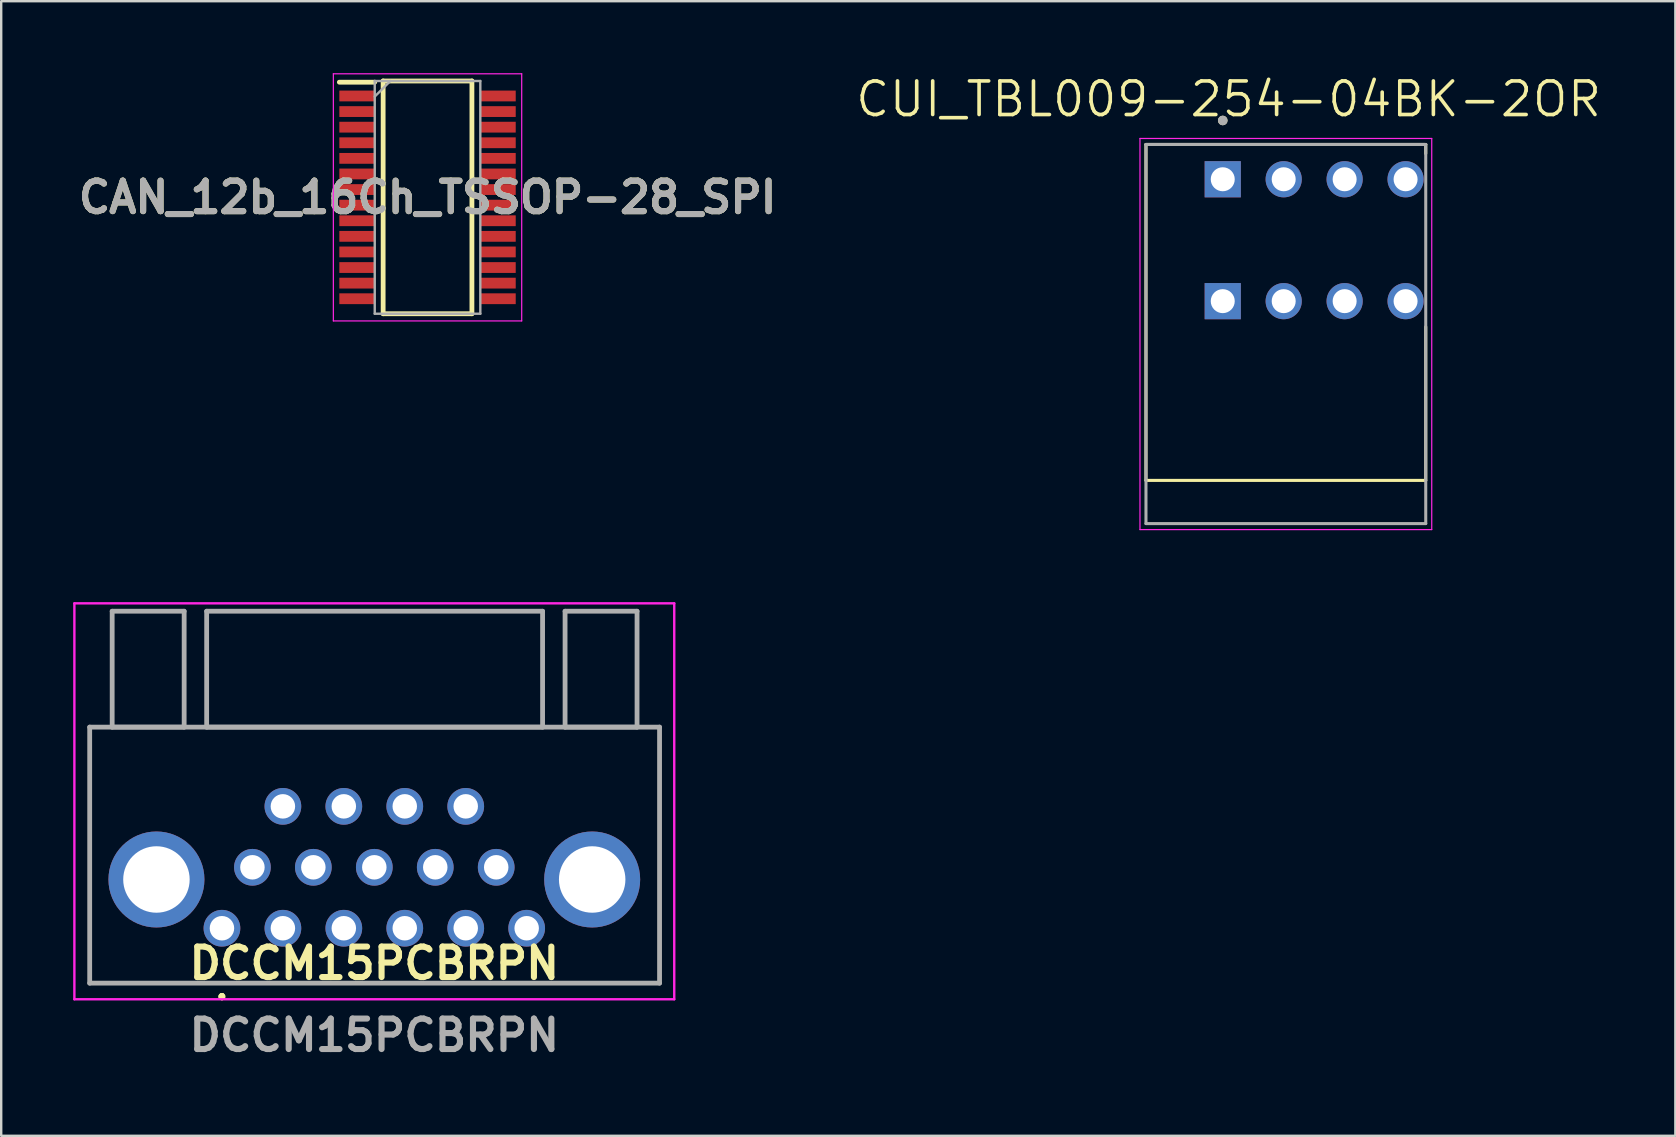
<source format=kicad_pcb>
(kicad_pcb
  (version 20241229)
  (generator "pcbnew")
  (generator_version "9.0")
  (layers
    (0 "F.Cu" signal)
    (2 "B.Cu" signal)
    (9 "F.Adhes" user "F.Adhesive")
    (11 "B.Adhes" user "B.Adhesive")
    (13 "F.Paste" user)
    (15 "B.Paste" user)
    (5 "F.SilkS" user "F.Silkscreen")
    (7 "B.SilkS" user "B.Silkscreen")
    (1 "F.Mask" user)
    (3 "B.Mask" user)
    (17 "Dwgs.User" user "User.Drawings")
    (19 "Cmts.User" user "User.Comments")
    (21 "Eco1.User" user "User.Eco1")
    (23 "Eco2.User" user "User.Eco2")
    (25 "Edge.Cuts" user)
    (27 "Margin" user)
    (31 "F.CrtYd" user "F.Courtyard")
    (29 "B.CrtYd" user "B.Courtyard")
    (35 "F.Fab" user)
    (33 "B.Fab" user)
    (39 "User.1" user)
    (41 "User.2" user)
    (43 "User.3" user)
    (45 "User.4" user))
  (footprint "CUI_TBL009-254-04BK-2OR"
    (layer "F.Cu")
    (at 47.91 4.421)
    (property "Reference" "CUI_TBL009-254-04BK-2OR" (at 0.245 -3.339 0) (layer "F.SilkS") (effects (font (size 1.4 1.4) (thickness 0.15))))
    (attr through_hole)
    (fp_line (start -3.2 -1.45) (end 8.46 -1.45) (stroke (width 0.127) (type solid)) (layer "F.SilkS"))
    (fp_line (start -3.2 12.55) (end -3.2 -1.45) (stroke (width 0.127) (type solid)) (layer "F.SilkS"))
    (fp_line (start 8.46 -1.45) (end 8.46 -1.07) (stroke (width 0.127) (type solid)) (layer "F.SilkS"))
    (fp_line (start 8.46 6.15) (end 8.46 12.55) (stroke (width 0.127) (type solid)) (layer "F.SilkS"))
    (fp_line (start 8.46 12.55) (end -3.2 12.55) (stroke (width 0.127) (type solid)) (layer "F.SilkS"))
    (fp_circle (center 0 -2.45) (end 0.1 -2.45) (stroke (width 0.2) (type solid)) (fill no) (layer "F.SilkS"))
    (fp_line (start -3.45 -1.7) (end 8.71 -1.7) (stroke (width 0.05) (type solid)) (layer "F.CrtYd"))
    (fp_line (start -3.45 14.6) (end -3.45 -1.7) (stroke (width 0.05) (type solid)) (layer "F.CrtYd"))
    (fp_line (start 8.71 -1.7) (end 8.71 14.6) (stroke (width 0.05) (type solid)) (layer "F.CrtYd"))
    (fp_line (start 8.71 14.6) (end -3.45 14.6) (stroke (width 0.05) (type solid)) (layer "F.CrtYd"))
    (fp_line (start -3.2 -1.45) (end 8.46 -1.45) (stroke (width 0.127) (type solid)) (layer "F.Fab"))
    (fp_line (start -3.2 14.35) (end -3.2 -1.45) (stroke (width 0.127) (type solid)) (layer "F.Fab"))
    (fp_line (start 8.46 -1.45) (end 8.46 14.35) (stroke (width 0.127) (type solid)) (layer "F.Fab"))
    (fp_line (start 8.46 14.35) (end -3.2 14.35) (stroke (width 0.127) (type solid)) (layer "F.Fab"))
    (fp_circle (center 0 -2.45) (end 0.1 -2.45) (stroke (width 0.2) (type solid)) (fill no) (layer "F.Fab"))
    (pad "1" thru_hole rect (at 0 0) (size 1.508 1.508) (drill 1) (layers "*.Cu" "*.Mask"))
    (pad "1" thru_hole rect (at 0 5.08) (size 1.508 1.508) (drill 1) (layers "*.Cu" "*.Mask"))
    (pad "2" thru_hole circle (at 2.54 0) (size 1.508 1.508) (drill 1) (layers "*.Cu" "*.Mask"))
    (pad "2" thru_hole circle (at 2.54 5.08) (size 1.508 1.508) (drill 1) (layers "*.Cu" "*.Mask"))
    (pad "3" thru_hole circle (at 5.08 0) (size 1.508 1.508) (drill 1) (layers "*.Cu" "*.Mask"))
    (pad "3" thru_hole circle (at 5.08 5.08) (size 1.508 1.508) (drill 1) (layers "*.Cu" "*.Mask"))
    (pad "4" thru_hole circle (at 7.62 0) (size 1.508 1.508) (drill 1) (layers "*.Cu" "*.Mask"))
    (pad "4" thru_hole circle (at 7.62 5.08) (size 1.508 1.508) (drill 1) (layers "*.Cu" "*.Mask")))
  (footprint "DCCM15PCBRPN"
    (layer "F.Cu")
    (at 12.55 33.096)
    (property "Reference" "DCCM15PCBRPN" (at 0 4 0) (layer "F.SilkS") (effects (font (size 1.27 1.27) (thickness 0.254))))
    (attr through_hole)
    (fp_line (start -11.862 -5.842) (end 11.888 -5.842) (stroke (width 0.1) (type solid)) (layer "F.SilkS"))
    (fp_line (start -11.862 4.828) (end -11.862 -5.842) (stroke (width 0.1) (type solid)) (layer "F.SilkS"))
    (fp_line (start -6.35 5.34) (end -6.35 5.34) (stroke (width 0.2) (type solid)) (layer "F.SilkS"))
    (fp_line (start -6.35 5.34) (end -6.35 5.34) (stroke (width 0.2) (type solid)) (layer "F.SilkS"))
    (fp_line (start -6.35 5.44) (end -6.35 5.44) (stroke (width 0.2) (type solid)) (layer "F.SilkS"))
    (fp_line (start 11.888 -5.842) (end 11.888 4.828) (stroke (width 0.1) (type solid)) (layer "F.SilkS"))
    (fp_line (start 11.888 4.828) (end -11.862 4.828) (stroke (width 0.1) (type solid)) (layer "F.SilkS"))
    (fp_arc (start -6.35 5.34) (mid -6.3 5.39) (end -6.35 5.44) (stroke (width 0.2) (type solid)) (layer "F.SilkS"))
    (fp_arc (start -6.35 5.44) (mid -6.4 5.39) (end -6.35 5.34) (stroke (width 0.2) (type solid)) (layer "F.SilkS"))
    (fp_arc (start -6.35 5.44) (mid -6.4 5.39) (end -6.35 5.34) (stroke (width 0.2) (type solid)) (layer "F.SilkS"))
    (fp_line (start -12.5 -11) (end 12.5 -11) (stroke (width 0.1) (type solid)) (layer "F.CrtYd"))
    (fp_line (start -12.5 5.5) (end -12.5 -11) (stroke (width 0.1) (type solid)) (layer "F.CrtYd"))
    (fp_line (start 12.5 -11) (end 12.5 5.5) (stroke (width 0.1) (type solid)) (layer "F.CrtYd"))
    (fp_line (start 12.5 5.5) (end -12.5 5.5) (stroke (width 0.1) (type solid)) (layer "F.CrtYd"))
    (fp_line (start -11.862 -5.842) (end -11.862 4.828) (stroke (width 0.2) (type solid)) (layer "F.Fab"))
    (fp_line (start -11.862 4.828) (end 11.888 4.828) (stroke (width 0.2) (type solid)) (layer "F.Fab"))
    (fp_line (start -10.925 -10.672) (end -10.925 -5.842) (stroke (width 0.2) (type solid)) (layer "F.Fab"))
    (fp_line (start -10.925 -5.842) (end -7.925 -5.842) (stroke (width 0.2) (type solid)) (layer "F.Fab"))
    (fp_line (start -7.925 -10.672) (end -10.925 -10.672) (stroke (width 0.2) (type solid)) (layer "F.Fab"))
    (fp_line (start -7.925 -5.842) (end -7.925 -10.672) (stroke (width 0.2) (type solid)) (layer "F.Fab"))
    (fp_line (start -6.987 -10.672) (end -6.987 -5.842) (stroke (width 0.2) (type solid)) (layer "F.Fab"))
    (fp_line (start -6.987 -5.842) (end 7.013 -5.842) (stroke (width 0.2) (type solid)) (layer "F.Fab"))
    (fp_line (start 7.013 -10.672) (end -6.987 -10.672) (stroke (width 0.2) (type solid)) (layer "F.Fab"))
    (fp_line (start 7.013 -5.842) (end 7.013 -10.672) (stroke (width 0.2) (type solid)) (layer "F.Fab"))
    (fp_line (start 7.95 -10.672) (end 7.95 -5.842) (stroke (width 0.2) (type solid)) (layer "F.Fab"))
    (fp_line (start 7.95 -5.842) (end 10.95 -5.842) (stroke (width 0.2) (type solid)) (layer "F.Fab"))
    (fp_line (start 10.95 -10.672) (end 7.95 -10.672) (stroke (width 0.2) (type solid)) (layer "F.Fab"))
    (fp_line (start 10.95 -5.842) (end 10.95 -10.672) (stroke (width 0.2) (type solid)) (layer "F.Fab"))
    (fp_line (start 11.888 -5.842) (end -11.862 -5.842) (stroke (width 0.2) (type solid)) (layer "F.Fab"))
    (fp_line (start 11.888 4.828) (end 11.888 -5.842) (stroke (width 0.2) (type solid)) (layer "F.Fab"))
    (fp_text user "${REFERENCE}" (at 0 7 0) (layer "F.Fab") (effects (font (size 1.27 1.27) (thickness 0.254))))
    (pad "0" thru_hole circle (at -9.08 0.508) (size 4 4) (drill 2.77) (layers "*.Cu" "*.Mask"))
    (pad "0" thru_hole circle (at 9.08 0.508) (size 4 4) (drill 2.77) (layers "*.Cu" "*.Mask"))
    (pad "1" thru_hole circle (at -5.08 0) (size 1.53 1.53) (drill 1.02) (layers "*.Cu" "*.Mask"))
    (pad "2" thru_hole circle (at -3.81 -2.54) (size 1.53 1.53) (drill 1.02) (layers "*.Cu" "*.Mask"))
    (pad "3" thru_hole circle (at -2.541 0) (size 1.53 1.53) (drill 1.02) (layers "*.Cu" "*.Mask"))
    (pad "4" thru_hole circle (at -1.271 -2.54) (size 1.53 1.53) (drill 1.02) (layers "*.Cu" "*.Mask"))
    (pad "5" thru_hole circle (at 1.269 -2.54) (size 1.53 1.53) (drill 1.02) (layers "*.Cu" "*.Mask"))
    (pad "6" thru_hole circle (at 2.54 0) (size 1.53 1.53) (drill 1.02) (layers "*.Cu" "*.Mask"))
    (pad "7" thru_hole circle (at 3.81 -2.54) (size 1.53 1.53) (drill 1.02) (layers "*.Cu" "*.Mask"))
    (pad "8" thru_hole circle (at 5.08 0) (size 1.53 1.53) (drill 1.02) (layers "*.Cu" "*.Mask"))
    (pad "9" thru_hole circle (at -6.35 2.54) (size 1.53 1.53) (drill 1.02) (layers "*.Cu" "*.Mask"))
    (pad "10" thru_hole circle (at -3.81 2.54) (size 1.53 1.53) (drill 1.02) (layers "*.Cu" "*.Mask"))
    (pad "11" thru_hole circle (at -1.271 2.54) (size 1.53 1.53) (drill 1.02) (layers "*.Cu" "*.Mask"))
    (pad "12" thru_hole circle (at 0 0) (size 1.53 1.53) (drill 1.02) (layers "*.Cu" "*.Mask"))
    (pad "13" thru_hole circle (at 1.269 2.54) (size 1.53 1.53) (drill 1.02) (layers "*.Cu" "*.Mask"))
    (pad "14" thru_hole circle (at 3.81 2.54) (size 1.53 1.53) (drill 1.02) (layers "*.Cu" "*.Mask"))
    (pad "15" thru_hole circle (at 6.35 2.54) (size 1.53 1.53) (drill 1.02) (layers "*.Cu" "*.Mask")))
  (footprint "CAN_12b_16Ch_TSSOP-28_SPI"
    (layer "F.Cu")
    (at 14.768 5.175)
    (property "Reference" "CAN_12b_16Ch_TSSOP-28_SPI" (at 0 0 0) (layer "F.SilkS") (effects (font (size 1.27 1.27) (thickness 0.254))))
    (attr smd)
    (fp_line (start -3.675 -4.8) (end -2.2 -4.8) (stroke (width 0.2) (type solid)) (layer "F.SilkS"))
    (fp_line (start -1.85 -4.85) (end 1.85 -4.85) (stroke (width 0.2) (type solid)) (layer "F.SilkS"))
    (fp_line (start -1.85 4.85) (end -1.85 -4.85) (stroke (width 0.2) (type solid)) (layer "F.SilkS"))
    (fp_line (start 1.85 -4.85) (end 1.85 4.85) (stroke (width 0.2) (type solid)) (layer "F.SilkS"))
    (fp_line (start 1.85 4.85) (end -1.85 4.85) (stroke (width 0.2) (type solid)) (layer "F.SilkS"))
    (fp_line (start -3.925 -5.15) (end 3.925 -5.15) (stroke (width 0.05) (type solid)) (layer "F.CrtYd"))
    (fp_line (start -3.925 5.15) (end -3.925 -5.15) (stroke (width 0.05) (type solid)) (layer "F.CrtYd"))
    (fp_line (start 3.925 -5.15) (end 3.925 5.15) (stroke (width 0.05) (type solid)) (layer "F.CrtYd"))
    (fp_line (start 3.925 5.15) (end -3.925 5.15) (stroke (width 0.05) (type solid)) (layer "F.CrtYd"))
    (fp_line (start -2.2 -4.85) (end 2.2 -4.85) (stroke (width 0.1) (type solid)) (layer "F.Fab"))
    (fp_line (start -2.2 -4.2) (end -1.55 -4.85) (stroke (width 0.1) (type solid)) (layer "F.Fab"))
    (fp_line (start -2.2 4.85) (end -2.2 -4.85) (stroke (width 0.1) (type solid)) (layer "F.Fab"))
    (fp_line (start 2.2 -4.85) (end 2.2 4.85) (stroke (width 0.1) (type solid)) (layer "F.Fab"))
    (fp_line (start 2.2 4.85) (end -2.2 4.85) (stroke (width 0.1) (type solid)) (layer "F.Fab"))
    (fp_text user "${REFERENCE}" (at 0 0 0) (layer "F.Fab") (effects (font (size 1.27 1.27) (thickness 0.254))))
    (pad "1" smd rect (at -2.938 -4.225 90) (size 0.45 1.475) (layers "F.Cu" "F.Mask" "F.Paste"))
    (pad "2" smd rect (at -2.938 -3.575 90) (size 0.45 1.475) (layers "F.Cu" "F.Mask" "F.Paste"))
    (pad "3" smd rect (at -2.938 -2.925 90) (size 0.45 1.475) (layers "F.Cu" "F.Mask" "F.Paste"))
    (pad "4" smd rect (at -2.938 -2.275 90) (size 0.45 1.475) (layers "F.Cu" "F.Mask" "F.Paste"))
    (pad "5" smd rect (at -2.938 -1.625 90) (size 0.45 1.475) (layers "F.Cu" "F.Mask" "F.Paste"))
    (pad "6" smd rect (at -2.938 -0.975 90) (size 0.45 1.475) (layers "F.Cu" "F.Mask" "F.Paste"))
    (pad "7" smd rect (at -2.938 -0.325 90) (size 0.45 1.475) (layers "F.Cu" "F.Mask" "F.Paste"))
    (pad "8" smd rect (at -2.938 0.325 90) (size 0.45 1.475) (layers "F.Cu" "F.Mask" "F.Paste"))
    (pad "9" smd rect (at -2.938 0.975 90) (size 0.45 1.475) (layers "F.Cu" "F.Mask" "F.Paste"))
    (pad "10" smd rect (at -2.938 1.625 90) (size 0.45 1.475) (layers "F.Cu" "F.Mask" "F.Paste"))
    (pad "11" smd rect (at -2.938 2.275 90) (size 0.45 1.475) (layers "F.Cu" "F.Mask" "F.Paste"))
    (pad "12" smd rect (at -2.938 2.925 90) (size 0.45 1.475) (layers "F.Cu" "F.Mask" "F.Paste"))
    (pad "13" smd rect (at -2.938 3.575 90) (size 0.45 1.475) (layers "F.Cu" "F.Mask" "F.Paste"))
    (pad "14" smd rect (at -2.938 4.225 90) (size 0.45 1.475) (layers "F.Cu" "F.Mask" "F.Paste"))
    (pad "15" smd rect (at 2.938 4.225 90) (size 0.45 1.475) (layers "F.Cu" "F.Mask" "F.Paste"))
    (pad "16" smd rect (at 2.938 3.575 90) (size 0.45 1.475) (layers "F.Cu" "F.Mask" "F.Paste"))
    (pad "17" smd rect (at 2.938 2.925 90) (size 0.45 1.475) (layers "F.Cu" "F.Mask" "F.Paste"))
    (pad "18" smd rect (at 2.938 2.275 90) (size 0.45 1.475) (layers "F.Cu" "F.Mask" "F.Paste"))
    (pad "19" smd rect (at 2.938 1.625 90) (size 0.45 1.475) (layers "F.Cu" "F.Mask" "F.Paste"))
    (pad "20" smd rect (at 2.938 0.975 90) (size 0.45 1.475) (layers "F.Cu" "F.Mask" "F.Paste"))
    (pad "21" smd rect (at 2.938 0.325 90) (size 0.45 1.475) (layers "F.Cu" "F.Mask" "F.Paste"))
    (pad "22" smd rect (at 2.938 -0.325 90) (size 0.45 1.475) (layers "F.Cu" "F.Mask" "F.Paste"))
    (pad "23" smd rect (at 2.938 -0.975 90) (size 0.45 1.475) (layers "F.Cu" "F.Mask" "F.Paste"))
    (pad "24" smd rect (at 2.938 -1.625 90) (size 0.45 1.475) (layers "F.Cu" "F.Mask" "F.Paste"))
    (pad "25" smd rect (at 2.938 -2.275 90) (size 0.45 1.475) (layers "F.Cu" "F.Mask" "F.Paste"))
    (pad "26" smd rect (at 2.938 -2.925 90) (size 0.45 1.475) (layers "F.Cu" "F.Mask" "F.Paste"))
    (pad "27" smd rect (at 2.938 -3.575 90) (size 0.45 1.475) (layers "F.Cu" "F.Mask" "F.Paste"))
    (pad "28" smd rect (at 2.938 -4.225 90) (size 0.45 1.475) (layers "F.Cu" "F.Mask" "F.Paste")))
  (gr_rect
    (start -3 -3)
    (end 66.773 44.285)
    (stroke (width 0.1) (type default))
    (fill no)
    (layer "Edge.Cuts")))
</source>
